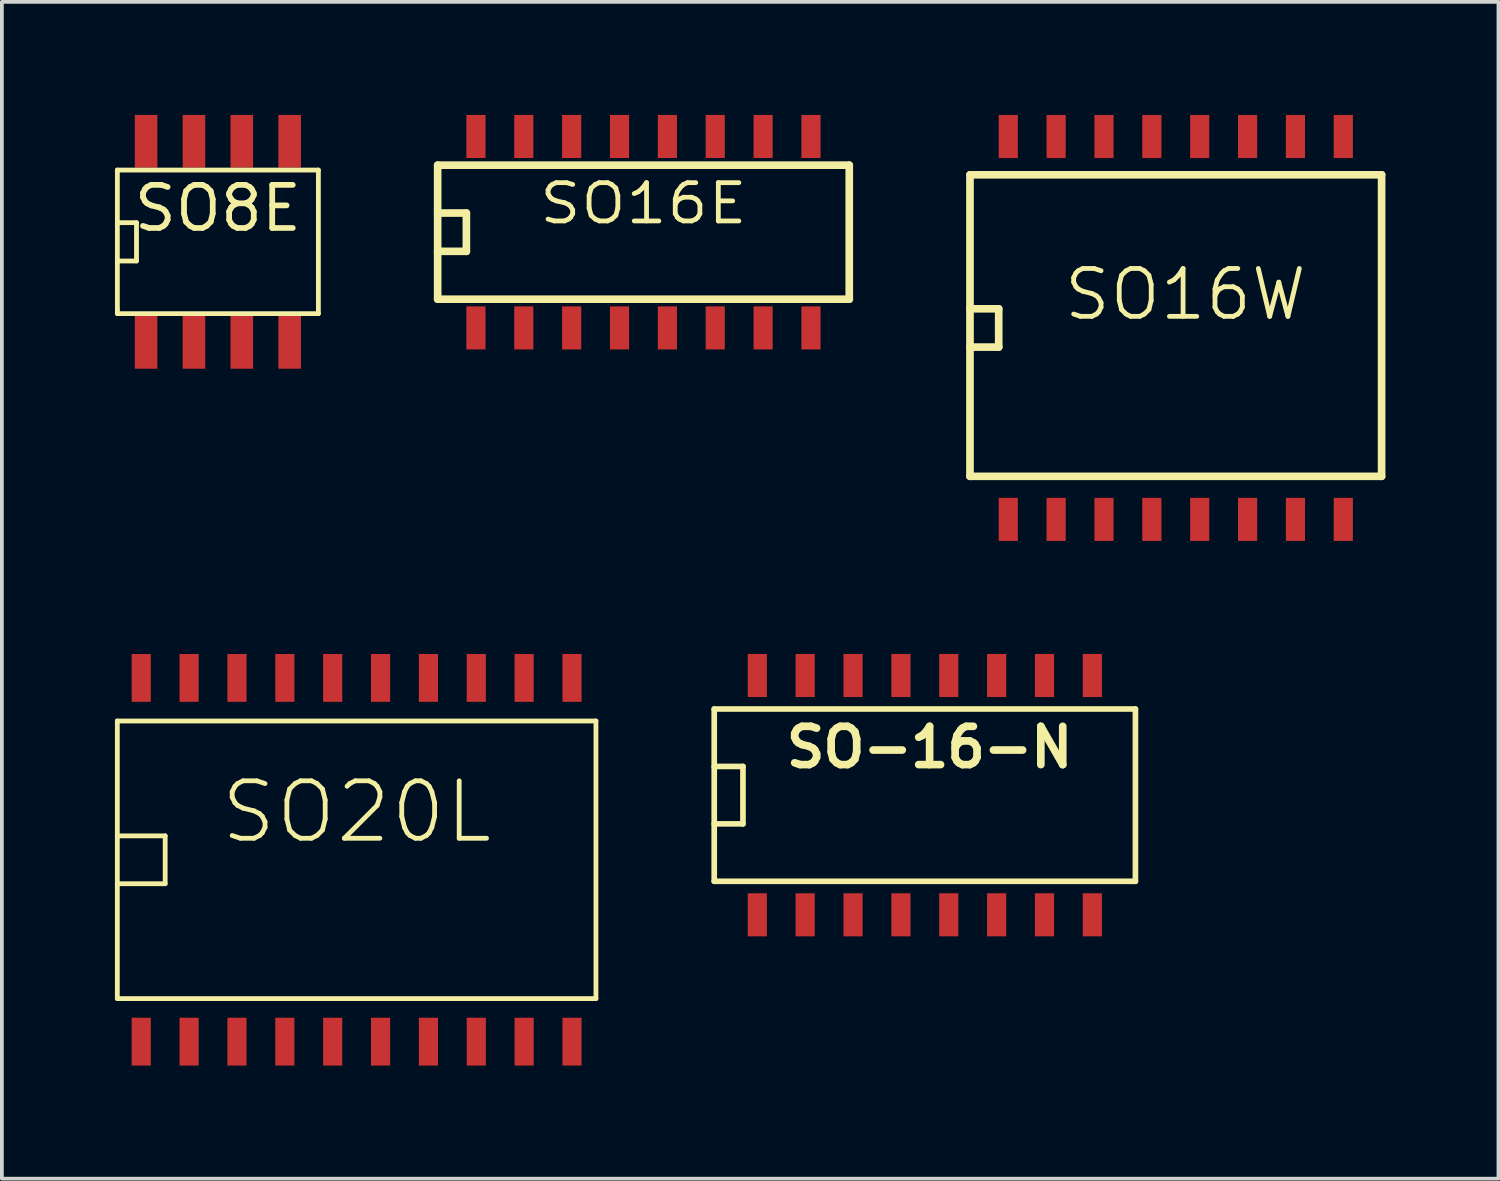
<source format=kicad_pcb>
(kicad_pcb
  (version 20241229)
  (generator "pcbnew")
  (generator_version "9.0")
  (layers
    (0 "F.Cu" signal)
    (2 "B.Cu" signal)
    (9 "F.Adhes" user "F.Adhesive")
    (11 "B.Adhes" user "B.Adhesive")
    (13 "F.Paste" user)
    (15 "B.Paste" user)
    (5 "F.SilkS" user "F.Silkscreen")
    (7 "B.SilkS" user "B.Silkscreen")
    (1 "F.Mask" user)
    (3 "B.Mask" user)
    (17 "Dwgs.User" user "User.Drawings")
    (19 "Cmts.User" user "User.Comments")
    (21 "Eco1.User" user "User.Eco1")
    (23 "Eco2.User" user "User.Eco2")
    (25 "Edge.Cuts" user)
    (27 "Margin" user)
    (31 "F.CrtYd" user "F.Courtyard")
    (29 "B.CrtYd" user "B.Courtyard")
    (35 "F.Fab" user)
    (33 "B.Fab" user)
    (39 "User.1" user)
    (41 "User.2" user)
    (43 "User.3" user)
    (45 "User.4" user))
  (footprint "SO16W"
    (layer "F.Cu")
    (at 28.149 5.652)
    (property "Reference" "SO16W" (at 0.254 -0.889 0) (layer "F.SilkS") (effects (font (size 1.27 1.27) (thickness 0.127))))
    (attr smd)
    (fp_line (start -5.461 -4.064) (end 5.461 -4.064) (stroke (width 0.203) (type solid)) (layer "F.SilkS"))
    (fp_line (start -5.461 -0.508) (end -4.699 -0.508) (stroke (width 0.203) (type solid)) (layer "F.SilkS"))
    (fp_line (start -5.461 3.937) (end -5.461 -4.064) (stroke (width 0.203) (type solid)) (layer "F.SilkS"))
    (fp_line (start -4.699 -0.508) (end -4.699 0.508) (stroke (width 0.203) (type solid)) (layer "F.SilkS"))
    (fp_line (start -4.699 0.508) (end -5.461 0.508) (stroke (width 0.203) (type solid)) (layer "F.SilkS"))
    (fp_line (start 5.461 -4.064) (end 5.461 3.937) (stroke (width 0.203) (type solid)) (layer "F.SilkS"))
    (fp_line (start 5.461 3.937) (end -5.461 3.937) (stroke (width 0.203) (type solid)) (layer "F.SilkS"))
    (pad "1" smd rect (at -4.445 5.08) (size 0.508 1.143) (layers "F.Cu" "F.Mask" "F.Paste"))
    (pad "2" smd rect (at -3.175 5.08) (size 0.508 1.143) (layers "F.Cu" "F.Mask" "F.Paste"))
    (pad "3" smd rect (at -1.905 5.08) (size 0.508 1.143) (layers "F.Cu" "F.Mask" "F.Paste"))
    (pad "4" smd rect (at -0.635 5.08) (size 0.508 1.143) (layers "F.Cu" "F.Mask" "F.Paste"))
    (pad "5" smd rect (at 0.635 5.08) (size 0.508 1.143) (layers "F.Cu" "F.Mask" "F.Paste"))
    (pad "6" smd rect (at 1.905 5.08) (size 0.508 1.143) (layers "F.Cu" "F.Mask" "F.Paste"))
    (pad "7" smd rect (at 3.175 5.08) (size 0.508 1.143) (layers "F.Cu" "F.Mask" "F.Paste"))
    (pad "8" smd rect (at 4.445 5.08) (size 0.508 1.143) (layers "F.Cu" "F.Mask" "F.Paste"))
    (pad "9" smd rect (at 4.445 -5.08) (size 0.508 1.143) (layers "F.Cu" "F.Mask" "F.Paste"))
    (pad "10" smd rect (at 3.175 -5.08) (size 0.508 1.143) (layers "F.Cu" "F.Mask" "F.Paste"))
    (pad "11" smd rect (at 1.905 -5.08) (size 0.508 1.143) (layers "F.Cu" "F.Mask" "F.Paste"))
    (pad "12" smd rect (at 0.635 -5.08) (size 0.508 1.143) (layers "F.Cu" "F.Mask" "F.Paste"))
    (pad "13" smd rect (at -0.635 -5.08) (size 0.508 1.143) (layers "F.Cu" "F.Mask" "F.Paste"))
    (pad "14" smd rect (at -1.905 -5.08) (size 0.508 1.143) (layers "F.Cu" "F.Mask" "F.Paste"))
    (pad "15" smd rect (at -3.175 -5.08) (size 0.508 1.143) (layers "F.Cu" "F.Mask" "F.Paste"))
    (pad "16" smd rect (at -4.445 -5.08) (size 0.508 1.143) (layers "F.Cu" "F.Mask" "F.Paste")))
  (footprint "SO-16-N"
    (layer "F.Cu")
    (at 21.49 18.049)
    (property "Reference" "SO-16-N" (at 0.127 -1.27 0) (layer "F.SilkS") (effects (font (size 1.016 1.016) (thickness 0.203))))
    (attr smd)
    (fp_line (start -5.588 -2.286) (end 5.588 -2.286) (stroke (width 0.15) (type solid)) (layer "F.SilkS"))
    (fp_line (start -5.588 -0.762) (end -4.826 -0.762) (stroke (width 0.15) (type solid)) (layer "F.SilkS"))
    (fp_line (start -5.588 2.286) (end -5.588 -2.286) (stroke (width 0.15) (type solid)) (layer "F.SilkS"))
    (fp_line (start -4.826 -0.762) (end -4.826 0.762) (stroke (width 0.15) (type solid)) (layer "F.SilkS"))
    (fp_line (start -4.826 0.762) (end -5.588 0.762) (stroke (width 0.15) (type solid)) (layer "F.SilkS"))
    (fp_line (start 5.588 -2.286) (end 5.588 2.286) (stroke (width 0.15) (type solid)) (layer "F.SilkS"))
    (fp_line (start 5.588 2.286) (end -5.588 2.286) (stroke (width 0.15) (type solid)) (layer "F.SilkS"))
    (pad "1" smd rect (at -4.445 3.175) (size 0.508 1.143) (layers "F.Cu" "F.Mask" "F.Paste"))
    (pad "2" smd rect (at -3.175 3.175) (size 0.508 1.143) (layers "F.Cu" "F.Mask" "F.Paste"))
    (pad "3" smd rect (at -1.905 3.175) (size 0.508 1.143) (layers "F.Cu" "F.Mask" "F.Paste"))
    (pad "4" smd rect (at -0.635 3.175) (size 0.508 1.143) (layers "F.Cu" "F.Mask" "F.Paste"))
    (pad "5" smd rect (at 0.635 3.175) (size 0.508 1.143) (layers "F.Cu" "F.Mask" "F.Paste"))
    (pad "6" smd rect (at 1.905 3.175) (size 0.508 1.143) (layers "F.Cu" "F.Mask" "F.Paste"))
    (pad "7" smd rect (at 3.175 3.175) (size 0.508 1.143) (layers "F.Cu" "F.Mask" "F.Paste"))
    (pad "8" smd rect (at 4.445 3.175) (size 0.508 1.143) (layers "F.Cu" "F.Mask" "F.Paste"))
    (pad "9" smd rect (at 4.445 -3.175) (size 0.508 1.143) (layers "F.Cu" "F.Mask" "F.Paste"))
    (pad "10" smd rect (at 3.175 -3.175) (size 0.508 1.143) (layers "F.Cu" "F.Mask" "F.Paste"))
    (pad "11" smd rect (at 1.905 -3.175) (size 0.508 1.143) (layers "F.Cu" "F.Mask" "F.Paste"))
    (pad "12" smd rect (at 0.635 -3.175) (size 0.508 1.143) (layers "F.Cu" "F.Mask" "F.Paste"))
    (pad "13" smd rect (at -0.635 -3.175) (size 0.508 1.143) (layers "F.Cu" "F.Mask" "F.Paste"))
    (pad "14" smd rect (at -1.905 -3.175) (size 0.508 1.143) (layers "F.Cu" "F.Mask" "F.Paste"))
    (pad "15" smd rect (at -3.175 -3.175) (size 0.508 1.143) (layers "F.Cu" "F.Mask" "F.Paste"))
    (pad "16" smd rect (at -4.445 -3.175) (size 0.508 1.143) (layers "F.Cu" "F.Mask" "F.Paste")))
  (footprint "SO16E"
    (layer "F.Cu")
    (at 14.024 3.111)
    (property "Reference" "SO16E" (at 0 -0.762 0) (layer "F.SilkS") (effects (font (size 1.016 1.143) (thickness 0.127))))
    (attr smd)
    (fp_line (start -5.461 -1.778) (end 5.461 -1.778) (stroke (width 0.203) (type solid)) (layer "F.SilkS"))
    (fp_line (start -5.461 -0.508) (end -4.699 -0.508) (stroke (width 0.203) (type solid)) (layer "F.SilkS"))
    (fp_line (start -5.461 1.778) (end -5.461 -1.778) (stroke (width 0.203) (type solid)) (layer "F.SilkS"))
    (fp_line (start -4.699 -0.508) (end -4.699 0.508) (stroke (width 0.203) (type solid)) (layer "F.SilkS"))
    (fp_line (start -4.699 0.508) (end -5.461 0.508) (stroke (width 0.203) (type solid)) (layer "F.SilkS"))
    (fp_line (start 5.461 -1.778) (end 5.461 1.778) (stroke (width 0.203) (type solid)) (layer "F.SilkS"))
    (fp_line (start 5.461 1.778) (end -5.461 1.778) (stroke (width 0.203) (type solid)) (layer "F.SilkS"))
    (pad "1" smd rect (at -4.445 2.54) (size 0.508 1.143) (layers "F.Cu" "F.Mask" "F.Paste"))
    (pad "2" smd rect (at -3.175 2.54) (size 0.508 1.143) (layers "F.Cu" "F.Mask" "F.Paste"))
    (pad "3" smd rect (at -1.905 2.54) (size 0.508 1.143) (layers "F.Cu" "F.Mask" "F.Paste"))
    (pad "4" smd rect (at -0.635 2.54) (size 0.508 1.143) (layers "F.Cu" "F.Mask" "F.Paste"))
    (pad "5" smd rect (at 0.635 2.54) (size 0.508 1.143) (layers "F.Cu" "F.Mask" "F.Paste"))
    (pad "6" smd rect (at 1.905 2.54) (size 0.508 1.143) (layers "F.Cu" "F.Mask" "F.Paste"))
    (pad "7" smd rect (at 3.175 2.54) (size 0.508 1.143) (layers "F.Cu" "F.Mask" "F.Paste"))
    (pad "8" smd rect (at 4.445 2.54) (size 0.508 1.143) (layers "F.Cu" "F.Mask" "F.Paste"))
    (pad "9" smd rect (at 4.445 -2.54) (size 0.508 1.143) (layers "F.Cu" "F.Mask" "F.Paste"))
    (pad "10" smd rect (at 3.175 -2.54) (size 0.508 1.143) (layers "F.Cu" "F.Mask" "F.Paste"))
    (pad "11" smd rect (at 1.905 -2.54) (size 0.508 1.143) (layers "F.Cu" "F.Mask" "F.Paste"))
    (pad "12" smd rect (at 0.635 -2.54) (size 0.508 1.143) (layers "F.Cu" "F.Mask" "F.Paste"))
    (pad "13" smd rect (at -0.635 -2.54) (size 0.508 1.143) (layers "F.Cu" "F.Mask" "F.Paste"))
    (pad "14" smd rect (at -1.905 -2.54) (size 0.508 1.143) (layers "F.Cu" "F.Mask" "F.Paste"))
    (pad "15" smd rect (at -3.175 -2.54) (size 0.508 1.143) (layers "F.Cu" "F.Mask" "F.Paste"))
    (pad "16" smd rect (at -4.445 -2.54) (size 0.508 1.143) (layers "F.Cu" "F.Mask" "F.Paste")))
  (footprint "SO20L"
    (layer "F.Cu")
    (at 6.413 19.764)
    (property "Reference" "SO20L" (at 0 -1.27 0) (layer "F.SilkS") (effects (font (size 1.524 1.524) (thickness 0.127))))
    (attr smd)
    (fp_line (start -6.35 -3.683) (end -6.35 3.683) (stroke (width 0.127) (type solid)) (layer "F.SilkS"))
    (fp_line (start -6.35 -3.683) (end 6.35 -3.683) (stroke (width 0.127) (type solid)) (layer "F.SilkS"))
    (fp_line (start -6.35 -0.635) (end -5.08 -0.635) (stroke (width 0.127) (type solid)) (layer "F.SilkS"))
    (fp_line (start -5.08 -0.635) (end -5.08 0.635) (stroke (width 0.127) (type solid)) (layer "F.SilkS"))
    (fp_line (start -5.08 0.635) (end -6.35 0.635) (stroke (width 0.127) (type solid)) (layer "F.SilkS"))
    (fp_line (start 6.35 3.683) (end -6.35 3.683) (stroke (width 0.127) (type solid)) (layer "F.SilkS"))
    (fp_line (start 6.35 3.683) (end 6.35 -3.683) (stroke (width 0.127) (type solid)) (layer "F.SilkS"))
    (pad "1" smd rect (at -5.715 4.826) (size 0.508 1.27) (layers "F.Cu" "F.Mask" "F.Paste"))
    (pad "2" smd rect (at -4.445 4.826) (size 0.508 1.27) (layers "F.Cu" "F.Mask" "F.Paste"))
    (pad "3" smd rect (at -3.175 4.826) (size 0.508 1.27) (layers "F.Cu" "F.Mask" "F.Paste"))
    (pad "4" smd rect (at -1.905 4.826) (size 0.508 1.27) (layers "F.Cu" "F.Mask" "F.Paste"))
    (pad "5" smd rect (at -0.635 4.826) (size 0.508 1.27) (layers "F.Cu" "F.Mask" "F.Paste"))
    (pad "6" smd rect (at 0.635 4.826) (size 0.508 1.27) (layers "F.Cu" "F.Mask" "F.Paste"))
    (pad "7" smd rect (at 1.905 4.826) (size 0.508 1.27) (layers "F.Cu" "F.Mask" "F.Paste"))
    (pad "8" smd rect (at 3.175 4.826) (size 0.508 1.27) (layers "F.Cu" "F.Mask" "F.Paste"))
    (pad "9" smd rect (at 4.445 4.826) (size 0.508 1.27) (layers "F.Cu" "F.Mask" "F.Paste"))
    (pad "10" smd rect (at 5.715 4.826) (size 0.508 1.27) (layers "F.Cu" "F.Mask" "F.Paste"))
    (pad "11" smd rect (at 5.715 -4.826) (size 0.508 1.27) (layers "F.Cu" "F.Mask" "F.Paste"))
    (pad "12" smd rect (at 4.445 -4.826) (size 0.508 1.27) (layers "F.Cu" "F.Mask" "F.Paste"))
    (pad "13" smd rect (at 3.175 -4.826) (size 0.508 1.27) (layers "F.Cu" "F.Mask" "F.Paste"))
    (pad "14" smd rect (at 1.905 -4.826) (size 0.508 1.27) (layers "F.Cu" "F.Mask" "F.Paste"))
    (pad "15" smd rect (at 0.635 -4.826) (size 0.508 1.27) (layers "F.Cu" "F.Mask" "F.Paste"))
    (pad "16" smd rect (at -0.635 -4.826) (size 0.508 1.27) (layers "F.Cu" "F.Mask" "F.Paste"))
    (pad "17" smd rect (at -1.905 -4.826) (size 0.508 1.27) (layers "F.Cu" "F.Mask" "F.Paste"))
    (pad "18" smd rect (at -3.175 -4.826) (size 0.508 1.27) (layers "F.Cu" "F.Mask" "F.Paste"))
    (pad "19" smd rect (at -4.445 -4.826) (size 0.508 1.27) (layers "F.Cu" "F.Mask" "F.Paste"))
    (pad "20" smd rect (at -5.715 -4.826) (size 0.508 1.27) (layers "F.Cu" "F.Mask" "F.Paste")))
  (footprint "SO8E"
    (layer "F.Cu")
    (at 2.731 3.367)
    (property "Reference" "SO8E" (at 0 -0.889 0) (layer "F.SilkS") (effects (font (size 1.143 1.143) (thickness 0.152))))
    (attr smd)
    (fp_line (start -2.667 -1.905) (end -2.667 1.778) (stroke (width 0.127) (type solid)) (layer "F.SilkS"))
    (fp_line (start -2.667 -0.508) (end -2.159 -0.508) (stroke (width 0.127) (type solid)) (layer "F.SilkS"))
    (fp_line (start -2.667 1.778) (end -2.667 1.905) (stroke (width 0.127) (type solid)) (layer "F.SilkS"))
    (fp_line (start -2.667 1.905) (end 2.667 1.905) (stroke (width 0.127) (type solid)) (layer "F.SilkS"))
    (fp_line (start -2.159 -0.508) (end -2.159 0.508) (stroke (width 0.127) (type solid)) (layer "F.SilkS"))
    (fp_line (start -2.159 0.508) (end -2.667 0.508) (stroke (width 0.127) (type solid)) (layer "F.SilkS"))
    (fp_line (start 2.667 -1.905) (end -2.667 -1.905) (stroke (width 0.127) (type solid)) (layer "F.SilkS"))
    (fp_line (start 2.667 -1.905) (end 2.667 1.905) (stroke (width 0.127) (type solid)) (layer "F.SilkS"))
    (pad "1" smd rect (at -1.905 2.667) (size 0.599 1.4) (layers "F.Cu" "F.Mask" "F.Paste"))
    (pad "2" smd rect (at -0.635 2.667) (size 0.599 1.4) (layers "F.Cu" "F.Mask" "F.Paste"))
    (pad "3" smd rect (at 0.635 2.667) (size 0.599 1.4) (layers "F.Cu" "F.Mask" "F.Paste"))
    (pad "4" smd rect (at 1.905 2.667) (size 0.599 1.4) (layers "F.Cu" "F.Mask" "F.Paste"))
    (pad "5" smd rect (at 1.905 -2.667) (size 0.599 1.4) (layers "F.Cu" "F.Mask" "F.Paste"))
    (pad "6" smd rect (at 0.635 -2.667) (size 0.599 1.4) (layers "F.Cu" "F.Mask" "F.Paste"))
    (pad "7" smd rect (at -0.635 -2.667) (size 0.599 1.4) (layers "F.Cu" "F.Mask" "F.Paste"))
    (pad "8" smd rect (at -1.905 -2.667) (size 0.599 1.4) (layers "F.Cu" "F.Mask" "F.Paste")))
  (gr_rect
    (start -3 -3)
    (end 36.711 28.225)
    (stroke (width 0.1) (type default))
    (fill no)
    (layer "Edge.Cuts")))
</source>
